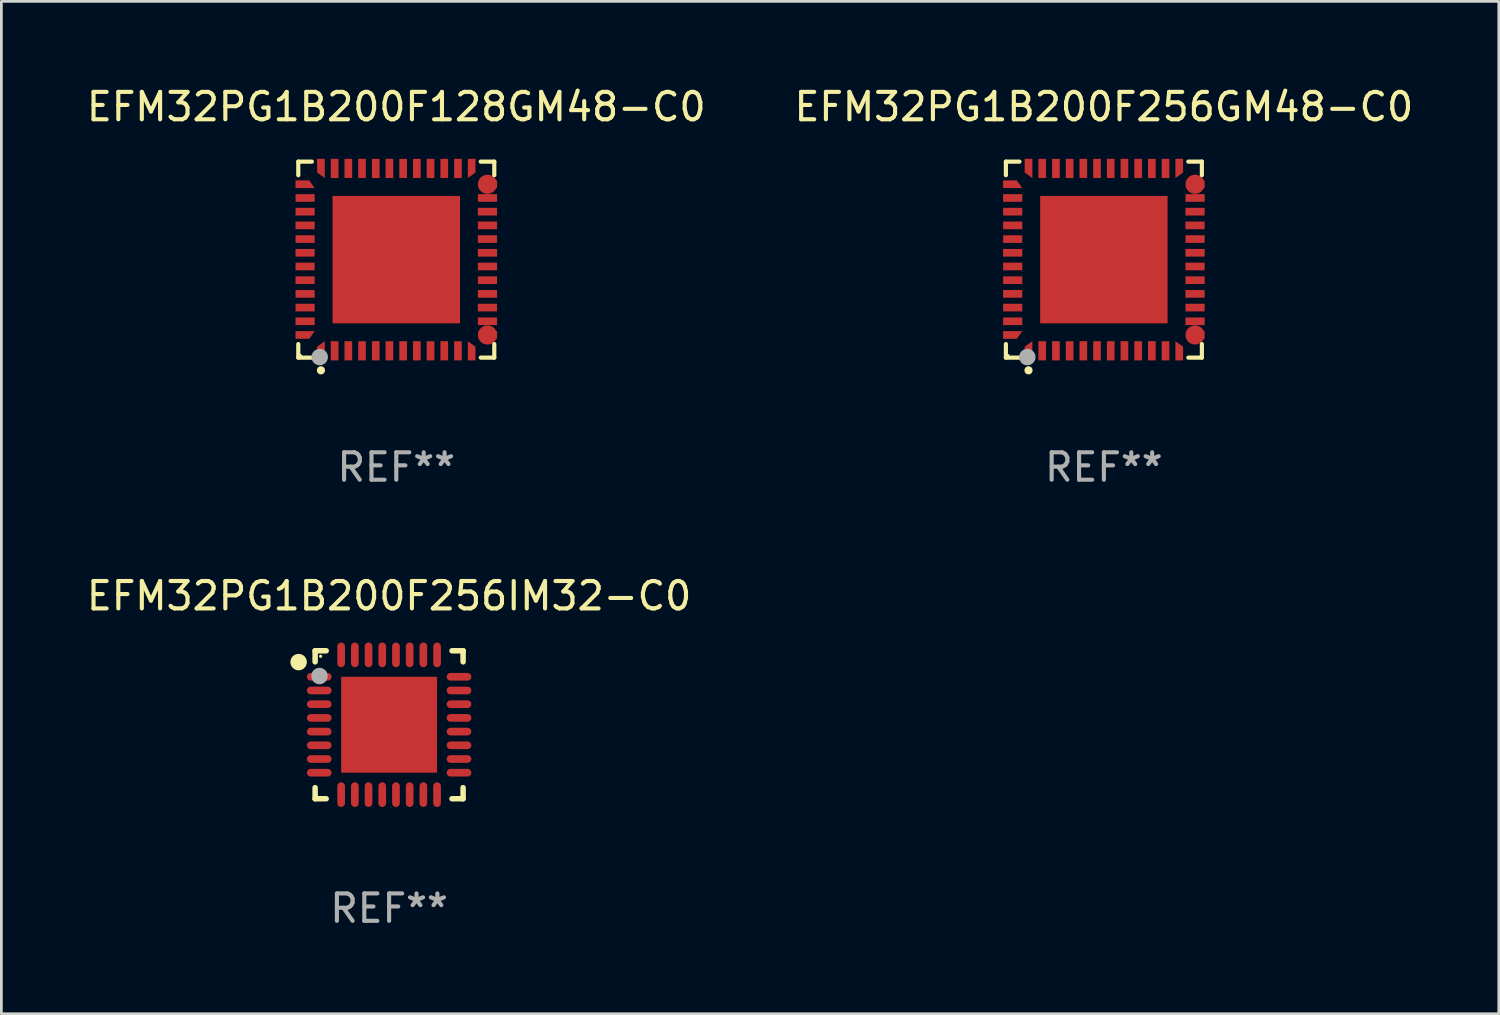
<source format=kicad_pcb>
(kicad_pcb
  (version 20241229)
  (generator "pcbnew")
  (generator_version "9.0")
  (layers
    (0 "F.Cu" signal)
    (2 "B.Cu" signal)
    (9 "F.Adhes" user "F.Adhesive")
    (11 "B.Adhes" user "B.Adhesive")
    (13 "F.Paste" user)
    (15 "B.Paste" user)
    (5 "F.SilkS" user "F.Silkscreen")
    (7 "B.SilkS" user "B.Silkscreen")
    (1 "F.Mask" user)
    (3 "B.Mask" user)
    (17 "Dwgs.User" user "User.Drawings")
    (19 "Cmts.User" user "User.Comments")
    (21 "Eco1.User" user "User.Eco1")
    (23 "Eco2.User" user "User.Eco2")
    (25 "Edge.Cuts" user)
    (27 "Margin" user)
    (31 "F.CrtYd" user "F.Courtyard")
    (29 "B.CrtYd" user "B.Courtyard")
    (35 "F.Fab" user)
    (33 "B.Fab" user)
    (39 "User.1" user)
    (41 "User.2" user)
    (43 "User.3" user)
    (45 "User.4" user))
  (footprint "EFM32PG1B200F256IM32-C0"
    (layer "F.Cu")
    (at 11.149 23.397)
    (property "Reference" "EFM32PG1B200F256IM32-C0" (at 0 -4.7 0) (layer "F.SilkS") (effects (font (size 1 1) (thickness 0.15))))
    (attr through_hole)
    (fp_line (start -2.7 -2.7) (end -2.295 -2.7) (stroke (width 0.2) (type solid)) (layer "F.SilkS"))
    (fp_line (start -2.7 -2.295) (end -2.7 -2.7) (stroke (width 0.2) (type solid)) (layer "F.SilkS"))
    (fp_line (start -2.7 2.295) (end -2.7 2.7) (stroke (width 0.2) (type solid)) (layer "F.SilkS"))
    (fp_line (start -2.7 2.7) (end -2.295 2.7) (stroke (width 0.2) (type solid)) (layer "F.SilkS"))
    (fp_line (start 2.295 -2.7) (end 2.7 -2.7) (stroke (width 0.2) (type solid)) (layer "F.SilkS"))
    (fp_line (start 2.295 2.7) (end 2.7 2.7) (stroke (width 0.2) (type solid)) (layer "F.SilkS"))
    (fp_line (start 2.7 -2.7) (end 2.7 -2.295) (stroke (width 0.2) (type solid)) (layer "F.SilkS"))
    (fp_line (start 2.7 2.7) (end 2.7 2.295) (stroke (width 0.2) (type solid)) (layer "F.SilkS"))
    (fp_circle (center -3.302 -2.286) (end -3.152 -2.286) (stroke (width 0.3) (type solid)) (fill no) (layer "F.SilkS"))
    (fp_circle (center -2.5 -2.5) (end -2.47 -2.5) (stroke (width 0.06) (type solid)) (fill no) (layer "F.SilkS"))
    (fp_circle (center -2.54 -1.778) (end -2.39 -1.778) (stroke (width 0.3) (type solid)) (fill no) (layer "F.Fab"))
    (fp_text user "REF**" (at 0 6.7 0) (layer "F.Fab") (effects (font (size 1 1) (thickness 0.15))))
    (pad "1" smd oval (at -2.55 -1.75 90) (size 0.28 0.9) (layers "F.Cu" "F.Mask" "F.Paste"))
    (pad "2" smd oval (at -2.55 -1.25 90) (size 0.28 0.9) (layers "F.Cu" "F.Mask" "F.Paste"))
    (pad "3" smd oval (at -2.55 -0.75 90) (size 0.28 0.9) (layers "F.Cu" "F.Mask" "F.Paste"))
    (pad "4" smd oval (at -2.55 -0.25 90) (size 0.28 0.9) (layers "F.Cu" "F.Mask" "F.Paste"))
    (pad "5" smd oval (at -2.55 0.25 90) (size 0.28 0.9) (layers "F.Cu" "F.Mask" "F.Paste"))
    (pad "6" smd oval (at -2.55 0.75 90) (size 0.28 0.9) (layers "F.Cu" "F.Mask" "F.Paste"))
    (pad "7" smd oval (at -2.55 1.25 90) (size 0.28 0.9) (layers "F.Cu" "F.Mask" "F.Paste"))
    (pad "8" smd oval (at -2.55 1.75 90) (size 0.28 0.9) (layers "F.Cu" "F.Mask" "F.Paste"))
    (pad "9" smd oval (at -1.75 2.55) (size 0.28 0.9) (layers "F.Cu" "F.Mask" "F.Paste"))
    (pad "10" smd oval (at -1.25 2.55) (size 0.28 0.9) (layers "F.Cu" "F.Mask" "F.Paste"))
    (pad "11" smd oval (at -0.75 2.55) (size 0.28 0.9) (layers "F.Cu" "F.Mask" "F.Paste"))
    (pad "12" smd oval (at -0.25 2.55) (size 0.28 0.9) (layers "F.Cu" "F.Mask" "F.Paste"))
    (pad "13" smd oval (at 0.25 2.55) (size 0.28 0.9) (layers "F.Cu" "F.Mask" "F.Paste"))
    (pad "14" smd oval (at 0.75 2.55) (size 0.28 0.9) (layers "F.Cu" "F.Mask" "F.Paste"))
    (pad "15" smd oval (at 1.25 2.55) (size 0.28 0.9) (layers "F.Cu" "F.Mask" "F.Paste"))
    (pad "16" smd oval (at 1.75 2.55) (size 0.28 0.9) (layers "F.Cu" "F.Mask" "F.Paste"))
    (pad "17" smd oval (at 2.55 1.75 90) (size 0.28 0.9) (layers "F.Cu" "F.Mask" "F.Paste"))
    (pad "18" smd oval (at 2.55 1.25 90) (size 0.28 0.9) (layers "F.Cu" "F.Mask" "F.Paste"))
    (pad "19" smd oval (at 2.55 0.75 90) (size 0.28 0.9) (layers "F.Cu" "F.Mask" "F.Paste"))
    (pad "20" smd oval (at 2.55 0.25 90) (size 0.28 0.9) (layers "F.Cu" "F.Mask" "F.Paste"))
    (pad "21" smd oval (at 2.55 -0.25 90) (size 0.28 0.9) (layers "F.Cu" "F.Mask" "F.Paste"))
    (pad "22" smd oval (at 2.55 -0.75 90) (size 0.28 0.9) (layers "F.Cu" "F.Mask" "F.Paste"))
    (pad "23" smd oval (at 2.55 -1.25 90) (size 0.28 0.9) (layers "F.Cu" "F.Mask" "F.Paste"))
    (pad "24" smd oval (at 2.55 -1.75 90) (size 0.28 0.9) (layers "F.Cu" "F.Mask" "F.Paste"))
    (pad "25" smd oval (at 1.75 -2.55) (size 0.28 0.9) (layers "F.Cu" "F.Mask" "F.Paste"))
    (pad "26" smd oval (at 1.25 -2.55) (size 0.28 0.9) (layers "F.Cu" "F.Mask" "F.Paste"))
    (pad "27" smd oval (at 0.75 -2.55) (size 0.28 0.9) (layers "F.Cu" "F.Mask" "F.Paste"))
    (pad "28" smd oval (at 0.25 -2.55) (size 0.28 0.9) (layers "F.Cu" "F.Mask" "F.Paste"))
    (pad "29" smd oval (at -0.25 -2.55) (size 0.28 0.9) (layers "F.Cu" "F.Mask" "F.Paste"))
    (pad "30" smd oval (at -0.75 -2.55) (size 0.28 0.9) (layers "F.Cu" "F.Mask" "F.Paste"))
    (pad "31" smd oval (at -1.25 -2.55) (size 0.28 0.9) (layers "F.Cu" "F.Mask" "F.Paste"))
    (pad "32" smd oval (at -1.75 -2.55) (size 0.28 0.9) (layers "F.Cu" "F.Mask" "F.Paste"))
    (pad "33" smd rect (at 0 0) (size 3.5 3.5) (layers "F.Cu" "F.Mask" "F.Paste")))
  (footprint "EFM32PG1B200F256GM48-C0"
    (layer "F.Cu")
    (at 37.232 6.424)
    (property "Reference" "EFM32PG1B200F256GM48-C0" (at 0 -5.576 0) (layer "F.SilkS") (effects (font (size 1 1) (thickness 0.15))))
    (attr through_hole)
    (fp_line (start -3.576 -3.576) (end -3.081 -3.576) (stroke (width 0.152) (type solid)) (layer "F.SilkS"))
    (fp_line (start -3.576 -3.081) (end -3.576 -3.576) (stroke (width 0.152) (type solid)) (layer "F.SilkS"))
    (fp_line (start -3.576 3.081) (end -3.576 3.576) (stroke (width 0.152) (type solid)) (layer "F.SilkS"))
    (fp_line (start -3.576 3.576) (end -3.081 3.576) (stroke (width 0.152) (type solid)) (layer "F.SilkS"))
    (fp_line (start 3.576 -3.576) (end 3.081 -3.576) (stroke (width 0.152) (type solid)) (layer "F.SilkS"))
    (fp_line (start 3.576 -3.081) (end 3.576 -3.576) (stroke (width 0.152) (type solid)) (layer "F.SilkS"))
    (fp_line (start 3.576 3.081) (end 3.576 3.576) (stroke (width 0.152) (type solid)) (layer "F.SilkS"))
    (fp_line (start 3.576 3.576) (end 3.081 3.576) (stroke (width 0.152) (type solid)) (layer "F.SilkS"))
    (fp_circle (center -3.5 3.5) (end -3.47 3.5) (stroke (width 0.06) (type solid)) (fill no) (layer "F.SilkS"))
    (fp_circle (center -2.75 4.04) (end -2.675 4.04) (stroke (width 0.15) (type solid)) (fill no) (layer "F.SilkS"))
    (fp_circle (center -2.794 3.556) (end -2.644 3.556) (stroke (width 0.3) (type solid)) (fill no) (layer "F.Fab"))
    (fp_text user "REF**" (at 0 7.576 0) (layer "F.Fab") (effects (font (size 1 1) (thickness 0.15))))
    (pad "1" smd custom (at -2.75 3.327) (size 0.28 0.7) (layers "F.Cu" "F.Mask" "F.Paste") (options (anchor circle)) (primitives (gr_poly (pts (xy -0.14 -0.15) (xy 0.14 -0.35) (xy 0.14 0.35) (xy -0.14 0.35)) (width 0) (fill yes))))
    (pad "2" smd rect (at -2.25 3.327) (size 0.28 0.7) (layers "F.Cu" "F.Mask" "F.Paste"))
    (pad "3" smd rect (at -1.75 3.327) (size 0.28 0.7) (layers "F.Cu" "F.Mask" "F.Paste"))
    (pad "4" smd rect (at -1.25 3.327) (size 0.28 0.7) (layers "F.Cu" "F.Mask" "F.Paste"))
    (pad "5" smd rect (at -0.75 3.327) (size 0.28 0.7) (layers "F.Cu" "F.Mask" "F.Paste"))
    (pad "6" smd rect (at -0.25 3.327) (size 0.28 0.7) (layers "F.Cu" "F.Mask" "F.Paste"))
    (pad "7" smd rect (at 0.25 3.327) (size 0.28 0.7) (layers "F.Cu" "F.Mask" "F.Paste"))
    (pad "8" smd rect (at 0.75 3.327) (size 0.28 0.7) (layers "F.Cu" "F.Mask" "F.Paste"))
    (pad "9" smd rect (at 1.25 3.327) (size 0.28 0.7) (layers "F.Cu" "F.Mask" "F.Paste"))
    (pad "10" smd rect (at 1.75 3.327) (size 0.28 0.7) (layers "F.Cu" "F.Mask" "F.Paste"))
    (pad "11" smd rect (at 2.25 3.327) (size 0.28 0.7) (layers "F.Cu" "F.Mask" "F.Paste"))
    (pad "12" smd custom (at 2.75 3.327) (size 0.28 0.7) (layers "F.Cu" "F.Mask" "F.Paste") (options (anchor circle)) (primitives (gr_poly (pts (xy -0.14 -0.35) (xy 0.14 -0.15) (xy 0.14 0.35) (xy -0.14 0.35)) (width 0) (fill yes))))
    (pad "13" smd custom (at 3.327 2.75) (size 0.7 0.28) (layers "F.Cu" "F.Mask" "F.Paste") (options (anchor circle)) (primitives (gr_poly (pts (xy -0.35 -0.14) (xy 0.35 -0.14) (xy 0.35 0.14) (xy -0.15 0.14)) (width 0) (fill yes))))
    (pad "14" smd rect (at 3.327 2.25) (size 0.7 0.28) (layers "F.Cu" "F.Mask" "F.Paste"))
    (pad "15" smd rect (at 3.327 1.75) (size 0.7 0.28) (layers "F.Cu" "F.Mask" "F.Paste"))
    (pad "16" smd rect (at 3.327 1.25) (size 0.7 0.28) (layers "F.Cu" "F.Mask" "F.Paste"))
    (pad "17" smd rect (at 3.327 0.75) (size 0.7 0.28) (layers "F.Cu" "F.Mask" "F.Paste"))
    (pad "18" smd rect (at 3.327 0.25) (size 0.7 0.28) (layers "F.Cu" "F.Mask" "F.Paste"))
    (pad "19" smd rect (at 3.327 -0.25) (size 0.7 0.28) (layers "F.Cu" "F.Mask" "F.Paste"))
    (pad "20" smd rect (at 3.327 -0.75) (size 0.7 0.28) (layers "F.Cu" "F.Mask" "F.Paste"))
    (pad "21" smd rect (at 3.327 -1.25) (size 0.7 0.28) (layers "F.Cu" "F.Mask" "F.Paste"))
    (pad "22" smd rect (at 3.327 -1.75) (size 0.7 0.28) (layers "F.Cu" "F.Mask" "F.Paste"))
    (pad "23" smd rect (at 3.327 -2.25) (size 0.7 0.28) (layers "F.Cu" "F.Mask" "F.Paste"))
    (pad "24" smd custom (at 3.327 -2.75) (size 0.7 0.28) (layers "F.Cu" "F.Mask" "F.Paste") (options (anchor circle)) (primitives (gr_poly (pts (xy -0.15 -0.14) (xy 0.35 -0.14) (xy 0.35 0.14) (xy -0.35 0.14)) (width 0) (fill yes))))
    (pad "25" smd custom (at 2.75 -3.328) (size 0.28 0.7) (layers "F.Cu" "F.Mask" "F.Paste") (options (anchor circle)) (primitives (gr_poly (pts (xy -0.14 -0.35) (xy 0.14 -0.35) (xy 0.14 0.15) (xy -0.14 0.35)) (width 0) (fill yes))))
    (pad "26" smd rect (at 2.25 -3.328) (size 0.28 0.7) (layers "F.Cu" "F.Mask" "F.Paste"))
    (pad "27" smd rect (at 1.75 -3.328) (size 0.28 0.7) (layers "F.Cu" "F.Mask" "F.Paste"))
    (pad "28" smd rect (at 1.25 -3.328) (size 0.28 0.7) (layers "F.Cu" "F.Mask" "F.Paste"))
    (pad "29" smd rect (at 0.75 -3.328) (size 0.28 0.7) (layers "F.Cu" "F.Mask" "F.Paste"))
    (pad "30" smd rect (at 0.25 -3.328) (size 0.28 0.7) (layers "F.Cu" "F.Mask" "F.Paste"))
    (pad "31" smd rect (at -0.25 -3.328) (size 0.28 0.7) (layers "F.Cu" "F.Mask" "F.Paste"))
    (pad "32" smd rect (at -0.75 -3.328) (size 0.28 0.7) (layers "F.Cu" "F.Mask" "F.Paste"))
    (pad "33" smd rect (at -1.25 -3.328) (size 0.28 0.7) (layers "F.Cu" "F.Mask" "F.Paste"))
    (pad "34" smd rect (at -1.75 -3.328) (size 0.28 0.7) (layers "F.Cu" "F.Mask" "F.Paste"))
    (pad "35" smd rect (at -2.25 -3.328) (size 0.28 0.7) (layers "F.Cu" "F.Mask" "F.Paste"))
    (pad "36" smd custom (at -2.75 -3.328) (size 0.28 0.7) (layers "F.Cu" "F.Mask" "F.Paste") (options (anchor circle)) (primitives (gr_poly (pts (xy -0.14 -0.35) (xy 0.14 -0.35) (xy 0.14 0.35) (xy -0.14 0.15)) (width 0) (fill yes))))
    (pad "37" smd custom (at -3.327 -2.75) (size 0.28 0.7) (layers "F.Cu" "F.Mask" "F.Paste") (options (anchor circle)) (primitives (gr_poly (pts (xy -0.35 -0.14) (xy 0.15 -0.14) (xy 0.35 0.14) (xy -0.35 0.14)) (width 0) (fill yes))))
    (pad "38" smd rect (at -3.327 -2.25) (size 0.7 0.28) (layers "F.Cu" "F.Mask" "F.Paste"))
    (pad "39" smd rect (at -3.327 -1.75) (size 0.7 0.28) (layers "F.Cu" "F.Mask" "F.Paste"))
    (pad "40" smd rect (at -3.327 -1.25) (size 0.7 0.28) (layers "F.Cu" "F.Mask" "F.Paste"))
    (pad "41" smd rect (at -3.327 -0.75) (size 0.7 0.28) (layers "F.Cu" "F.Mask" "F.Paste"))
    (pad "42" smd rect (at -3.327 -0.25) (size 0.7 0.28) (layers "F.Cu" "F.Mask" "F.Paste"))
    (pad "43" smd rect (at -3.327 0.25) (size 0.7 0.28) (layers "F.Cu" "F.Mask" "F.Paste"))
    (pad "44" smd rect (at -3.327 0.75) (size 0.7 0.28) (layers "F.Cu" "F.Mask" "F.Paste"))
    (pad "45" smd rect (at -3.327 1.25) (size 0.7 0.28) (layers "F.Cu" "F.Mask" "F.Paste"))
    (pad "46" smd rect (at -3.327 1.75) (size 0.7 0.28) (layers "F.Cu" "F.Mask" "F.Paste"))
    (pad "47" smd rect (at -3.327 2.25) (size 0.7 0.28) (layers "F.Cu" "F.Mask" "F.Paste"))
    (pad "48" smd custom (at -3.327 2.75) (size 0.28 0.7) (layers "F.Cu" "F.Mask" "F.Paste") (options (anchor circle)) (primitives (gr_poly (pts (xy -0.35 -0.14) (xy 0.35 -0.14) (xy 0.15 0.14) (xy -0.35 0.14)) (width 0) (fill yes))))
    (pad "49" smd rect (at 0.000013 0.000051) (size 4.65 4.65) (layers "F.Cu" "F.Mask" "F.Paste")))
  (footprint "EFM32PG1B200F128GM48-C0"
    (layer "F.Cu")
    (at 11.411 6.424)
    (property "Reference" "EFM32PG1B200F128GM48-C0" (at 0 -5.576 0) (layer "F.SilkS") (effects (font (size 1 1) (thickness 0.15))))
    (attr through_hole)
    (fp_line (start -3.576 -3.576) (end -3.081 -3.576) (stroke (width 0.152) (type solid)) (layer "F.SilkS"))
    (fp_line (start -3.576 -3.081) (end -3.576 -3.576) (stroke (width 0.152) (type solid)) (layer "F.SilkS"))
    (fp_line (start -3.576 3.081) (end -3.576 3.576) (stroke (width 0.152) (type solid)) (layer "F.SilkS"))
    (fp_line (start -3.576 3.576) (end -3.081 3.576) (stroke (width 0.152) (type solid)) (layer "F.SilkS"))
    (fp_line (start 3.576 -3.576) (end 3.081 -3.576) (stroke (width 0.152) (type solid)) (layer "F.SilkS"))
    (fp_line (start 3.576 -3.081) (end 3.576 -3.576) (stroke (width 0.152) (type solid)) (layer "F.SilkS"))
    (fp_line (start 3.576 3.081) (end 3.576 3.576) (stroke (width 0.152) (type solid)) (layer "F.SilkS"))
    (fp_line (start 3.576 3.576) (end 3.081 3.576) (stroke (width 0.152) (type solid)) (layer "F.SilkS"))
    (fp_circle (center -3.5 3.5) (end -3.47 3.5) (stroke (width 0.06) (type solid)) (fill no) (layer "F.SilkS"))
    (fp_circle (center -2.75 4.04) (end -2.675 4.04) (stroke (width 0.15) (type solid)) (fill no) (layer "F.SilkS"))
    (fp_circle (center -2.794 3.556) (end -2.644 3.556) (stroke (width 0.3) (type solid)) (fill no) (layer "F.Fab"))
    (fp_text user "REF**" (at 0 7.576 0) (layer "F.Fab") (effects (font (size 1 1) (thickness 0.15))))
    (pad "1" smd custom (at -2.75 3.327) (size 0.28 0.7) (layers "F.Cu" "F.Mask" "F.Paste") (options (anchor circle)) (primitives (gr_poly (pts (xy -0.14 -0.15) (xy 0.14 -0.35) (xy 0.14 0.35) (xy -0.14 0.35)) (width 0) (fill yes))))
    (pad "2" smd rect (at -2.25 3.327) (size 0.28 0.7) (layers "F.Cu" "F.Mask" "F.Paste"))
    (pad "3" smd rect (at -1.75 3.327) (size 0.28 0.7) (layers "F.Cu" "F.Mask" "F.Paste"))
    (pad "4" smd rect (at -1.25 3.327) (size 0.28 0.7) (layers "F.Cu" "F.Mask" "F.Paste"))
    (pad "5" smd rect (at -0.75 3.327) (size 0.28 0.7) (layers "F.Cu" "F.Mask" "F.Paste"))
    (pad "6" smd rect (at -0.25 3.327) (size 0.28 0.7) (layers "F.Cu" "F.Mask" "F.Paste"))
    (pad "7" smd rect (at 0.25 3.327) (size 0.28 0.7) (layers "F.Cu" "F.Mask" "F.Paste"))
    (pad "8" smd rect (at 0.75 3.327) (size 0.28 0.7) (layers "F.Cu" "F.Mask" "F.Paste"))
    (pad "9" smd rect (at 1.25 3.327) (size 0.28 0.7) (layers "F.Cu" "F.Mask" "F.Paste"))
    (pad "10" smd rect (at 1.75 3.327) (size 0.28 0.7) (layers "F.Cu" "F.Mask" "F.Paste"))
    (pad "11" smd rect (at 2.25 3.327) (size 0.28 0.7) (layers "F.Cu" "F.Mask" "F.Paste"))
    (pad "12" smd custom (at 2.75 3.327) (size 0.28 0.7) (layers "F.Cu" "F.Mask" "F.Paste") (options (anchor circle)) (primitives (gr_poly (pts (xy -0.14 -0.35) (xy 0.14 -0.15) (xy 0.14 0.35) (xy -0.14 0.35)) (width 0) (fill yes))))
    (pad "13" smd custom (at 3.327 2.75) (size 0.7 0.28) (layers "F.Cu" "F.Mask" "F.Paste") (options (anchor circle)) (primitives (gr_poly (pts (xy -0.35 -0.14) (xy 0.35 -0.14) (xy 0.35 0.14) (xy -0.15 0.14)) (width 0) (fill yes))))
    (pad "14" smd rect (at 3.327 2.25) (size 0.7 0.28) (layers "F.Cu" "F.Mask" "F.Paste"))
    (pad "15" smd rect (at 3.327 1.75) (size 0.7 0.28) (layers "F.Cu" "F.Mask" "F.Paste"))
    (pad "16" smd rect (at 3.327 1.25) (size 0.7 0.28) (layers "F.Cu" "F.Mask" "F.Paste"))
    (pad "17" smd rect (at 3.327 0.75) (size 0.7 0.28) (layers "F.Cu" "F.Mask" "F.Paste"))
    (pad "18" smd rect (at 3.327 0.25) (size 0.7 0.28) (layers "F.Cu" "F.Mask" "F.Paste"))
    (pad "19" smd rect (at 3.327 -0.25) (size 0.7 0.28) (layers "F.Cu" "F.Mask" "F.Paste"))
    (pad "20" smd rect (at 3.327 -0.75) (size 0.7 0.28) (layers "F.Cu" "F.Mask" "F.Paste"))
    (pad "21" smd rect (at 3.327 -1.25) (size 0.7 0.28) (layers "F.Cu" "F.Mask" "F.Paste"))
    (pad "22" smd rect (at 3.327 -1.75) (size 0.7 0.28) (layers "F.Cu" "F.Mask" "F.Paste"))
    (pad "23" smd rect (at 3.327 -2.25) (size 0.7 0.28) (layers "F.Cu" "F.Mask" "F.Paste"))
    (pad "24" smd custom (at 3.327 -2.75) (size 0.7 0.28) (layers "F.Cu" "F.Mask" "F.Paste") (options (anchor circle)) (primitives (gr_poly (pts (xy -0.15 -0.14) (xy 0.35 -0.14) (xy 0.35 0.14) (xy -0.35 0.14)) (width 0) (fill yes))))
    (pad "25" smd custom (at 2.75 -3.328) (size 0.28 0.7) (layers "F.Cu" "F.Mask" "F.Paste") (options (anchor circle)) (primitives (gr_poly (pts (xy -0.14 -0.35) (xy 0.14 -0.35) (xy 0.14 0.15) (xy -0.14 0.35)) (width 0) (fill yes))))
    (pad "26" smd rect (at 2.25 -3.328) (size 0.28 0.7) (layers "F.Cu" "F.Mask" "F.Paste"))
    (pad "27" smd rect (at 1.75 -3.328) (size 0.28 0.7) (layers "F.Cu" "F.Mask" "F.Paste"))
    (pad "28" smd rect (at 1.25 -3.328) (size 0.28 0.7) (layers "F.Cu" "F.Mask" "F.Paste"))
    (pad "29" smd rect (at 0.75 -3.328) (size 0.28 0.7) (layers "F.Cu" "F.Mask" "F.Paste"))
    (pad "30" smd rect (at 0.25 -3.328) (size 0.28 0.7) (layers "F.Cu" "F.Mask" "F.Paste"))
    (pad "31" smd rect (at -0.25 -3.328) (size 0.28 0.7) (layers "F.Cu" "F.Mask" "F.Paste"))
    (pad "32" smd rect (at -0.75 -3.328) (size 0.28 0.7) (layers "F.Cu" "F.Mask" "F.Paste"))
    (pad "33" smd rect (at -1.25 -3.328) (size 0.28 0.7) (layers "F.Cu" "F.Mask" "F.Paste"))
    (pad "34" smd rect (at -1.75 -3.328) (size 0.28 0.7) (layers "F.Cu" "F.Mask" "F.Paste"))
    (pad "35" smd rect (at -2.25 -3.328) (size 0.28 0.7) (layers "F.Cu" "F.Mask" "F.Paste"))
    (pad "36" smd custom (at -2.75 -3.328) (size 0.28 0.7) (layers "F.Cu" "F.Mask" "F.Paste") (options (anchor circle)) (primitives (gr_poly (pts (xy -0.14 -0.35) (xy 0.14 -0.35) (xy 0.14 0.35) (xy -0.14 0.15)) (width 0) (fill yes))))
    (pad "37" smd custom (at -3.327 -2.75) (size 0.28 0.7) (layers "F.Cu" "F.Mask" "F.Paste") (options (anchor circle)) (primitives (gr_poly (pts (xy -0.35 -0.14) (xy 0.15 -0.14) (xy 0.35 0.14) (xy -0.35 0.14)) (width 0) (fill yes))))
    (pad "38" smd rect (at -3.327 -2.25) (size 0.7 0.28) (layers "F.Cu" "F.Mask" "F.Paste"))
    (pad "39" smd rect (at -3.327 -1.75) (size 0.7 0.28) (layers "F.Cu" "F.Mask" "F.Paste"))
    (pad "40" smd rect (at -3.327 -1.25) (size 0.7 0.28) (layers "F.Cu" "F.Mask" "F.Paste"))
    (pad "41" smd rect (at -3.327 -0.75) (size 0.7 0.28) (layers "F.Cu" "F.Mask" "F.Paste"))
    (pad "42" smd rect (at -3.327 -0.25) (size 0.7 0.28) (layers "F.Cu" "F.Mask" "F.Paste"))
    (pad "43" smd rect (at -3.327 0.25) (size 0.7 0.28) (layers "F.Cu" "F.Mask" "F.Paste"))
    (pad "44" smd rect (at -3.327 0.75) (size 0.7 0.28) (layers "F.Cu" "F.Mask" "F.Paste"))
    (pad "45" smd rect (at -3.327 1.25) (size 0.7 0.28) (layers "F.Cu" "F.Mask" "F.Paste"))
    (pad "46" smd rect (at -3.327 1.75) (size 0.7 0.28) (layers "F.Cu" "F.Mask" "F.Paste"))
    (pad "47" smd rect (at -3.327 2.25) (size 0.7 0.28) (layers "F.Cu" "F.Mask" "F.Paste"))
    (pad "48" smd custom (at -3.327 2.75) (size 0.28 0.7) (layers "F.Cu" "F.Mask" "F.Paste") (options (anchor circle)) (primitives (gr_poly (pts (xy -0.35 -0.14) (xy 0.35 -0.14) (xy 0.15 0.14) (xy -0.35 0.14)) (width 0) (fill yes))))
    (pad "49" smd rect (at 0.000013 0.000051) (size 4.65 4.65) (layers "F.Cu" "F.Mask" "F.Paste")))
  (gr_rect
    (start -3 -3)
    (end 51.643 33.945)
    (stroke (width 0.1) (type default))
    (fill no)
    (layer "Edge.Cuts")))
</source>
